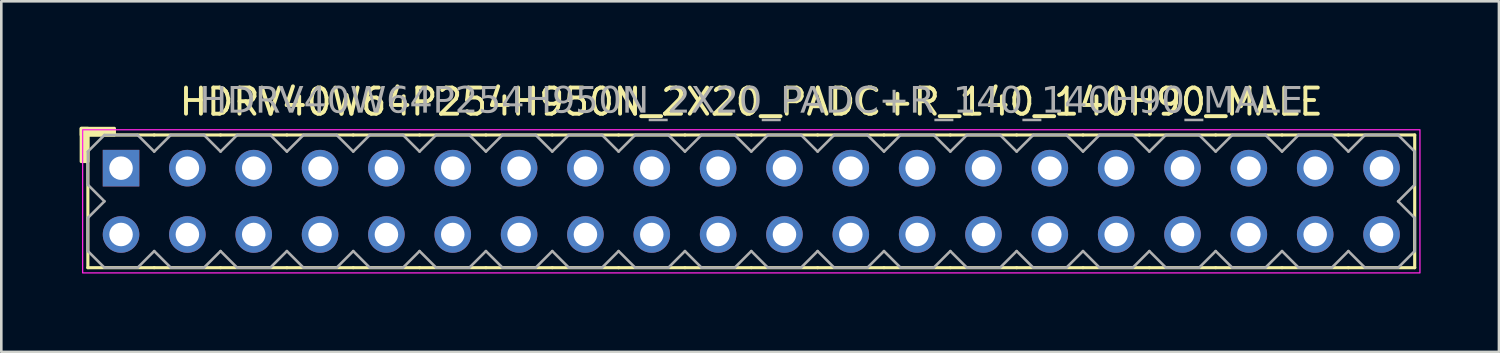
<source format=kicad_pcb>
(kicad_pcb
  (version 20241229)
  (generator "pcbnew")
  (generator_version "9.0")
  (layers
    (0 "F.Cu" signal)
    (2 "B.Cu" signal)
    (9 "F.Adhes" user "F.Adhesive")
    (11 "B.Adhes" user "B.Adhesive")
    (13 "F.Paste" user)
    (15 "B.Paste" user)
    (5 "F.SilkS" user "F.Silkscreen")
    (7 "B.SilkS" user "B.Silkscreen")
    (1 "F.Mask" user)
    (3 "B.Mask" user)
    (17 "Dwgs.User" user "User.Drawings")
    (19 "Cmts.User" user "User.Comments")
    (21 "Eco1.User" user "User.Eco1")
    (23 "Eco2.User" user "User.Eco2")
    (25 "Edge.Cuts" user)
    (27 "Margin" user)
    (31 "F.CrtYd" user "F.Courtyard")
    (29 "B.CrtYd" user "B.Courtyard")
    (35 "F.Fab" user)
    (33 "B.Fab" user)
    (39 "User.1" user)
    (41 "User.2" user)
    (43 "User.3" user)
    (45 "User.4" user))
  (footprint "HDRV40W64P254H950N_2X20_PADC+R_140_140H90_MALE"
    (layer "F.Cu")
    (at 25.714 4.658)
    (property "Reference" "HDRV40W64P254H950N_2X20_PADC+R_140_140H90_MALE" (at 0 -3.81 0) (layer "F.SilkS") (effects (font (size 1 1) (thickness 0.15))))
    (attr through_hole)
    (fp_line (start -25.4 2.54) (end -25.4 -2.54) (stroke (width 0.12) (type solid)) (layer "F.SilkS"))
    (fp_line (start -22.86 -2.54) (end -25.4 -2.54) (stroke (width 0.12) (type solid)) (layer "F.SilkS"))
    (fp_line (start -22.86 2.54) (end -25.4 2.54) (stroke (width 0.12) (type solid)) (layer "F.SilkS"))
    (fp_line (start -20.32 -2.54) (end -22.86 -2.54) (stroke (width 0.12) (type solid)) (layer "F.SilkS"))
    (fp_line (start -20.32 2.54) (end -22.86 2.54) (stroke (width 0.12) (type solid)) (layer "F.SilkS"))
    (fp_line (start -17.78 -2.54) (end -20.32 -2.54) (stroke (width 0.12) (type solid)) (layer "F.SilkS"))
    (fp_line (start -17.78 2.54) (end -20.32 2.54) (stroke (width 0.12) (type solid)) (layer "F.SilkS"))
    (fp_line (start -15.24 -2.54) (end -17.78 -2.54) (stroke (width 0.12) (type solid)) (layer "F.SilkS"))
    (fp_line (start -15.24 2.54) (end -17.78 2.54) (stroke (width 0.12) (type solid)) (layer "F.SilkS"))
    (fp_line (start -12.7 -2.54) (end -15.24 -2.54) (stroke (width 0.12) (type solid)) (layer "F.SilkS"))
    (fp_line (start -12.7 2.54) (end -15.24 2.54) (stroke (width 0.12) (type solid)) (layer "F.SilkS"))
    (fp_line (start -10.16 -2.54) (end -12.7 -2.54) (stroke (width 0.12) (type solid)) (layer "F.SilkS"))
    (fp_line (start -10.16 2.54) (end -12.7 2.54) (stroke (width 0.12) (type solid)) (layer "F.SilkS"))
    (fp_line (start -7.62 -2.54) (end -10.16 -2.54) (stroke (width 0.12) (type solid)) (layer "F.SilkS"))
    (fp_line (start -7.62 2.54) (end -10.16 2.54) (stroke (width 0.12) (type solid)) (layer "F.SilkS"))
    (fp_line (start -5.08 -2.54) (end -7.62 -2.54) (stroke (width 0.12) (type solid)) (layer "F.SilkS"))
    (fp_line (start -5.08 2.54) (end -7.62 2.54) (stroke (width 0.12) (type solid)) (layer "F.SilkS"))
    (fp_line (start -2.54 -2.54) (end -5.08 -2.54) (stroke (width 0.12) (type solid)) (layer "F.SilkS"))
    (fp_line (start -2.54 2.54) (end -5.08 2.54) (stroke (width 0.12) (type solid)) (layer "F.SilkS"))
    (fp_line (start 0 -2.54) (end -2.54 -2.54) (stroke (width 0.12) (type solid)) (layer "F.SilkS"))
    (fp_line (start 0 2.54) (end -2.54 2.54) (stroke (width 0.12) (type solid)) (layer "F.SilkS"))
    (fp_line (start 2.54 -2.54) (end 0 -2.54) (stroke (width 0.12) (type solid)) (layer "F.SilkS"))
    (fp_line (start 2.54 2.54) (end 0 2.54) (stroke (width 0.12) (type solid)) (layer "F.SilkS"))
    (fp_line (start 5.08 -2.54) (end 2.54 -2.54) (stroke (width 0.12) (type solid)) (layer "F.SilkS"))
    (fp_line (start 5.08 2.54) (end 2.54 2.54) (stroke (width 0.12) (type solid)) (layer "F.SilkS"))
    (fp_line (start 7.62 -2.54) (end 5.08 -2.54) (stroke (width 0.12) (type solid)) (layer "F.SilkS"))
    (fp_line (start 7.62 2.54) (end 5.08 2.54) (stroke (width 0.12) (type solid)) (layer "F.SilkS"))
    (fp_line (start 10.16 -2.54) (end 7.62 -2.54) (stroke (width 0.12) (type solid)) (layer "F.SilkS"))
    (fp_line (start 10.16 2.54) (end 7.62 2.54) (stroke (width 0.12) (type solid)) (layer "F.SilkS"))
    (fp_line (start 12.7 -2.54) (end 10.16 -2.54) (stroke (width 0.12) (type solid)) (layer "F.SilkS"))
    (fp_line (start 12.7 2.54) (end 10.16 2.54) (stroke (width 0.12) (type solid)) (layer "F.SilkS"))
    (fp_line (start 15.24 -2.54) (end 12.7 -2.54) (stroke (width 0.12) (type solid)) (layer "F.SilkS"))
    (fp_line (start 15.24 2.54) (end 12.7 2.54) (stroke (width 0.12) (type solid)) (layer "F.SilkS"))
    (fp_line (start 17.78 -2.54) (end 15.24 -2.54) (stroke (width 0.12) (type solid)) (layer "F.SilkS"))
    (fp_line (start 17.78 2.54) (end 15.24 2.54) (stroke (width 0.12) (type solid)) (layer "F.SilkS"))
    (fp_line (start 20.32 -2.54) (end 17.78 -2.54) (stroke (width 0.12) (type solid)) (layer "F.SilkS"))
    (fp_line (start 20.32 2.54) (end 17.78 2.54) (stroke (width 0.12) (type solid)) (layer "F.SilkS"))
    (fp_line (start 22.86 -2.54) (end 20.32 -2.54) (stroke (width 0.12) (type solid)) (layer "F.SilkS"))
    (fp_line (start 22.86 2.54) (end 20.32 2.54) (stroke (width 0.12) (type solid)) (layer "F.SilkS"))
    (fp_line (start 25.4 -2.54) (end 22.86 -2.54) (stroke (width 0.12) (type solid)) (layer "F.SilkS"))
    (fp_line (start 25.4 2.54) (end 22.86 2.54) (stroke (width 0.12) (type solid)) (layer "F.SilkS"))
    (fp_line (start 25.4 2.54) (end 25.4 -2.54) (stroke (width 0.12) (type solid)) (layer "F.SilkS"))
    (fp_rect (start -25.654 -1.524) (end -25.4 -2.794) (stroke (width 0.12) (type solid)) (fill yes) (layer "F.SilkS"))
    (fp_rect (start -24.384 -2.54) (end -25.654 -2.794) (stroke (width 0.12) (type solid)) (fill yes) (layer "F.SilkS"))
    (fp_rect (start -25.6 -2.74) (end 25.6 2.74) (stroke (width 0.05) (type default)) (fill no) (layer "F.CrtYd"))
    (fp_line (start -25.4 -1.905) (end -25.4 -0.635) (stroke (width 0.1) (type solid)) (layer "F.Fab"))
    (fp_line (start -25.4 -1.905) (end -24.765 -2.54) (stroke (width 0.1) (type solid)) (layer "F.Fab"))
    (fp_line (start -25.4 0.635) (end -25.4 1.905) (stroke (width 0.1) (type solid)) (layer "F.Fab"))
    (fp_line (start -24.765 -2.54) (end -23.495 -2.54) (stroke (width 0.1) (type solid)) (layer "F.Fab"))
    (fp_line (start -24.765 0) (end -25.4 -0.635) (stroke (width 0.1) (type solid)) (layer "F.Fab"))
    (fp_line (start -24.765 0) (end -25.4 0.635) (stroke (width 0.1) (type solid)) (layer "F.Fab"))
    (fp_line (start -24.765 2.54) (end -25.4 1.905) (stroke (width 0.1) (type solid)) (layer "F.Fab"))
    (fp_line (start -23.495 -2.54) (end -22.86 -1.905) (stroke (width 0.1) (type solid)) (layer "F.Fab"))
    (fp_line (start -23.495 2.54) (end -24.765 2.54) (stroke (width 0.1) (type solid)) (layer "F.Fab"))
    (fp_line (start -22.86 -1.905) (end -22.225 -2.54) (stroke (width 0.1) (type solid)) (layer "F.Fab"))
    (fp_line (start -22.86 1.905) (end -23.495 2.54) (stroke (width 0.1) (type solid)) (layer "F.Fab"))
    (fp_line (start -22.225 -2.54) (end -20.955 -2.54) (stroke (width 0.1) (type solid)) (layer "F.Fab"))
    (fp_line (start -22.225 2.54) (end -22.86 1.905) (stroke (width 0.1) (type solid)) (layer "F.Fab"))
    (fp_line (start -20.955 -2.54) (end -20.32 -1.905) (stroke (width 0.1) (type solid)) (layer "F.Fab"))
    (fp_line (start -20.955 2.54) (end -22.225 2.54) (stroke (width 0.1) (type solid)) (layer "F.Fab"))
    (fp_line (start -20.32 -1.905) (end -19.685 -2.54) (stroke (width 0.1) (type solid)) (layer "F.Fab"))
    (fp_line (start -20.32 1.905) (end -20.955 2.54) (stroke (width 0.1) (type solid)) (layer "F.Fab"))
    (fp_line (start -19.685 -2.54) (end -18.415 -2.54) (stroke (width 0.1) (type solid)) (layer "F.Fab"))
    (fp_line (start -19.685 2.54) (end -20.32 1.905) (stroke (width 0.1) (type solid)) (layer "F.Fab"))
    (fp_line (start -18.415 -2.54) (end -17.78 -1.905) (stroke (width 0.1) (type solid)) (layer "F.Fab"))
    (fp_line (start -18.415 2.54) (end -19.685 2.54) (stroke (width 0.1) (type solid)) (layer "F.Fab"))
    (fp_line (start -17.78 -1.905) (end -17.145 -2.54) (stroke (width 0.1) (type solid)) (layer "F.Fab"))
    (fp_line (start -17.78 1.905) (end -18.415 2.54) (stroke (width 0.1) (type solid)) (layer "F.Fab"))
    (fp_line (start -17.145 -2.54) (end -15.875 -2.54) (stroke (width 0.1) (type solid)) (layer "F.Fab"))
    (fp_line (start -17.145 2.54) (end -17.78 1.905) (stroke (width 0.1) (type solid)) (layer "F.Fab"))
    (fp_line (start -15.875 -2.54) (end -15.24 -1.905) (stroke (width 0.1) (type solid)) (layer "F.Fab"))
    (fp_line (start -15.875 2.54) (end -17.145 2.54) (stroke (width 0.1) (type solid)) (layer "F.Fab"))
    (fp_line (start -15.24 -1.905) (end -14.605 -2.54) (stroke (width 0.1) (type solid)) (layer "F.Fab"))
    (fp_line (start -15.24 1.905) (end -15.875 2.54) (stroke (width 0.1) (type solid)) (layer "F.Fab"))
    (fp_line (start -14.605 -2.54) (end -13.335 -2.54) (stroke (width 0.1) (type solid)) (layer "F.Fab"))
    (fp_line (start -14.605 2.54) (end -15.24 1.905) (stroke (width 0.1) (type solid)) (layer "F.Fab"))
    (fp_line (start -13.335 -2.54) (end -12.7 -1.905) (stroke (width 0.1) (type solid)) (layer "F.Fab"))
    (fp_line (start -13.335 2.54) (end -14.605 2.54) (stroke (width 0.1) (type solid)) (layer "F.Fab"))
    (fp_line (start -12.7 -1.905) (end -12.065 -2.54) (stroke (width 0.1) (type solid)) (layer "F.Fab"))
    (fp_line (start -12.7 1.905) (end -13.335 2.54) (stroke (width 0.1) (type solid)) (layer "F.Fab"))
    (fp_line (start -12.065 -2.54) (end -10.795 -2.54) (stroke (width 0.1) (type solid)) (layer "F.Fab"))
    (fp_line (start -12.065 2.54) (end -12.7 1.905) (stroke (width 0.1) (type solid)) (layer "F.Fab"))
    (fp_line (start -10.795 -2.54) (end -10.16 -1.905) (stroke (width 0.1) (type solid)) (layer "F.Fab"))
    (fp_line (start -10.795 2.54) (end -12.065 2.54) (stroke (width 0.1) (type solid)) (layer "F.Fab"))
    (fp_line (start -10.16 -1.905) (end -9.525 -2.54) (stroke (width 0.1) (type solid)) (layer "F.Fab"))
    (fp_line (start -10.16 1.905) (end -10.795 2.54) (stroke (width 0.1) (type solid)) (layer "F.Fab"))
    (fp_line (start -9.525 -2.54) (end -8.255 -2.54) (stroke (width 0.1) (type solid)) (layer "F.Fab"))
    (fp_line (start -9.525 2.54) (end -10.16 1.905) (stroke (width 0.1) (type solid)) (layer "F.Fab"))
    (fp_line (start -8.255 -2.54) (end -7.62 -1.905) (stroke (width 0.1) (type solid)) (layer "F.Fab"))
    (fp_line (start -8.255 2.54) (end -9.525 2.54) (stroke (width 0.1) (type solid)) (layer "F.Fab"))
    (fp_line (start -7.62 -1.905) (end -6.985 -2.54) (stroke (width 0.1) (type solid)) (layer "F.Fab"))
    (fp_line (start -7.62 1.905) (end -8.255 2.54) (stroke (width 0.1) (type solid)) (layer "F.Fab"))
    (fp_line (start -6.985 -2.54) (end -5.715 -2.54) (stroke (width 0.1) (type solid)) (layer "F.Fab"))
    (fp_line (start -6.985 2.54) (end -7.62 1.905) (stroke (width 0.1) (type solid)) (layer "F.Fab"))
    (fp_line (start -5.715 -2.54) (end -5.08 -1.905) (stroke (width 0.1) (type solid)) (layer "F.Fab"))
    (fp_line (start -5.715 2.54) (end -6.985 2.54) (stroke (width 0.1) (type solid)) (layer "F.Fab"))
    (fp_line (start -5.08 -1.905) (end -4.445 -2.54) (stroke (width 0.1) (type solid)) (layer "F.Fab"))
    (fp_line (start -5.08 1.905) (end -5.715 2.54) (stroke (width 0.1) (type solid)) (layer "F.Fab"))
    (fp_line (start -4.445 -2.54) (end -3.175 -2.54) (stroke (width 0.1) (type solid)) (layer "F.Fab"))
    (fp_line (start -4.445 2.54) (end -5.08 1.905) (stroke (width 0.1) (type solid)) (layer "F.Fab"))
    (fp_line (start -3.175 -2.54) (end -2.54 -1.905) (stroke (width 0.1) (type solid)) (layer "F.Fab"))
    (fp_line (start -3.175 2.54) (end -4.445 2.54) (stroke (width 0.1) (type solid)) (layer "F.Fab"))
    (fp_line (start -2.54 -1.905) (end -1.905 -2.54) (stroke (width 0.1) (type solid)) (layer "F.Fab"))
    (fp_line (start -2.54 1.905) (end -3.175 2.54) (stroke (width 0.1) (type solid)) (layer "F.Fab"))
    (fp_line (start -1.905 -2.54) (end -0.635 -2.54) (stroke (width 0.1) (type solid)) (layer "F.Fab"))
    (fp_line (start -1.905 2.54) (end -2.54 1.905) (stroke (width 0.1) (type solid)) (layer "F.Fab"))
    (fp_line (start -0.635 -2.54) (end 0 -1.905) (stroke (width 0.1) (type solid)) (layer "F.Fab"))
    (fp_line (start -0.635 2.54) (end -1.905 2.54) (stroke (width 0.1) (type solid)) (layer "F.Fab"))
    (fp_line (start 0 -1.905) (end 0.635 -2.54) (stroke (width 0.1) (type solid)) (layer "F.Fab"))
    (fp_line (start 0 1.905) (end -0.635 2.54) (stroke (width 0.1) (type solid)) (layer "F.Fab"))
    (fp_line (start 0.635 -2.54) (end 1.905 -2.54) (stroke (width 0.1) (type solid)) (layer "F.Fab"))
    (fp_line (start 0.635 2.54) (end 0 1.905) (stroke (width 0.1) (type solid)) (layer "F.Fab"))
    (fp_line (start 1.905 -2.54) (end 2.54 -1.905) (stroke (width 0.1) (type solid)) (layer "F.Fab"))
    (fp_line (start 1.905 2.54) (end 0.635 2.54) (stroke (width 0.1) (type solid)) (layer "F.Fab"))
    (fp_line (start 2.54 -1.905) (end 3.175 -2.54) (stroke (width 0.1) (type solid)) (layer "F.Fab"))
    (fp_line (start 2.54 1.905) (end 1.905 2.54) (stroke (width 0.1) (type solid)) (layer "F.Fab"))
    (fp_line (start 3.175 -2.54) (end 4.445 -2.54) (stroke (width 0.1) (type solid)) (layer "F.Fab"))
    (fp_line (start 3.175 2.54) (end 2.54 1.905) (stroke (width 0.1) (type solid)) (layer "F.Fab"))
    (fp_line (start 4.445 -2.54) (end 5.08 -1.905) (stroke (width 0.1) (type solid)) (layer "F.Fab"))
    (fp_line (start 4.445 2.54) (end 3.175 2.54) (stroke (width 0.1) (type solid)) (layer "F.Fab"))
    (fp_line (start 5.08 -1.905) (end 5.715 -2.54) (stroke (width 0.1) (type solid)) (layer "F.Fab"))
    (fp_line (start 5.08 1.905) (end 4.445 2.54) (stroke (width 0.1) (type solid)) (layer "F.Fab"))
    (fp_line (start 5.715 -2.54) (end 6.985 -2.54) (stroke (width 0.1) (type solid)) (layer "F.Fab"))
    (fp_line (start 5.715 2.54) (end 5.08 1.905) (stroke (width 0.1) (type solid)) (layer "F.Fab"))
    (fp_line (start 6.985 -2.54) (end 7.62 -1.905) (stroke (width 0.1) (type solid)) (layer "F.Fab"))
    (fp_line (start 6.985 2.54) (end 5.715 2.54) (stroke (width 0.1) (type solid)) (layer "F.Fab"))
    (fp_line (start 7.62 -1.905) (end 8.255 -2.54) (stroke (width 0.1) (type solid)) (layer "F.Fab"))
    (fp_line (start 7.62 1.905) (end 6.985 2.54) (stroke (width 0.1) (type solid)) (layer "F.Fab"))
    (fp_line (start 8.255 -2.54) (end 9.525 -2.54) (stroke (width 0.1) (type solid)) (layer "F.Fab"))
    (fp_line (start 8.255 2.54) (end 7.62 1.905) (stroke (width 0.1) (type solid)) (layer "F.Fab"))
    (fp_line (start 9.525 -2.54) (end 10.16 -1.905) (stroke (width 0.1) (type solid)) (layer "F.Fab"))
    (fp_line (start 9.525 2.54) (end 8.255 2.54) (stroke (width 0.1) (type solid)) (layer "F.Fab"))
    (fp_line (start 10.16 -1.905) (end 10.795 -2.54) (stroke (width 0.1) (type solid)) (layer "F.Fab"))
    (fp_line (start 10.16 1.905) (end 9.525 2.54) (stroke (width 0.1) (type solid)) (layer "F.Fab"))
    (fp_line (start 10.795 -2.54) (end 12.065 -2.54) (stroke (width 0.1) (type solid)) (layer "F.Fab"))
    (fp_line (start 10.795 2.54) (end 10.16 1.905) (stroke (width 0.1) (type solid)) (layer "F.Fab"))
    (fp_line (start 12.065 -2.54) (end 12.7 -1.905) (stroke (width 0.1) (type solid)) (layer "F.Fab"))
    (fp_line (start 12.065 2.54) (end 10.795 2.54) (stroke (width 0.1) (type solid)) (layer "F.Fab"))
    (fp_line (start 12.7 -1.905) (end 13.335 -2.54) (stroke (width 0.1) (type solid)) (layer "F.Fab"))
    (fp_line (start 12.7 1.905) (end 12.065 2.54) (stroke (width 0.1) (type solid)) (layer "F.Fab"))
    (fp_line (start 13.335 -2.54) (end 14.605 -2.54) (stroke (width 0.1) (type solid)) (layer "F.Fab"))
    (fp_line (start 13.335 2.54) (end 12.7 1.905) (stroke (width 0.1) (type solid)) (layer "F.Fab"))
    (fp_line (start 14.605 -2.54) (end 15.24 -1.905) (stroke (width 0.1) (type solid)) (layer "F.Fab"))
    (fp_line (start 14.605 2.54) (end 13.335 2.54) (stroke (width 0.1) (type solid)) (layer "F.Fab"))
    (fp_line (start 15.24 -1.905) (end 15.875 -2.54) (stroke (width 0.1) (type solid)) (layer "F.Fab"))
    (fp_line (start 15.24 1.905) (end 14.605 2.54) (stroke (width 0.1) (type solid)) (layer "F.Fab"))
    (fp_line (start 15.875 -2.54) (end 17.145 -2.54) (stroke (width 0.1) (type solid)) (layer "F.Fab"))
    (fp_line (start 15.875 2.54) (end 15.24 1.905) (stroke (width 0.1) (type solid)) (layer "F.Fab"))
    (fp_line (start 17.145 -2.54) (end 17.78 -1.905) (stroke (width 0.1) (type solid)) (layer "F.Fab"))
    (fp_line (start 17.145 2.54) (end 15.875 2.54) (stroke (width 0.1) (type solid)) (layer "F.Fab"))
    (fp_line (start 17.78 -1.905) (end 18.415 -2.54) (stroke (width 0.1) (type solid)) (layer "F.Fab"))
    (fp_line (start 17.78 1.905) (end 17.145 2.54) (stroke (width 0.1) (type solid)) (layer "F.Fab"))
    (fp_line (start 18.415 -2.54) (end 19.685 -2.54) (stroke (width 0.1) (type solid)) (layer "F.Fab"))
    (fp_line (start 18.415 2.54) (end 17.78 1.905) (stroke (width 0.1) (type solid)) (layer "F.Fab"))
    (fp_line (start 19.685 -2.54) (end 20.32 -1.905) (stroke (width 0.1) (type solid)) (layer "F.Fab"))
    (fp_line (start 19.685 2.54) (end 18.415 2.54) (stroke (width 0.1) (type solid)) (layer "F.Fab"))
    (fp_line (start 20.32 -1.905) (end 20.955 -2.54) (stroke (width 0.1) (type solid)) (layer "F.Fab"))
    (fp_line (start 20.32 1.905) (end 19.685 2.54) (stroke (width 0.1) (type solid)) (layer "F.Fab"))
    (fp_line (start 20.955 -2.54) (end 22.225 -2.54) (stroke (width 0.1) (type solid)) (layer "F.Fab"))
    (fp_line (start 20.955 2.54) (end 20.32 1.905) (stroke (width 0.1) (type solid)) (layer "F.Fab"))
    (fp_line (start 22.225 -2.54) (end 22.86 -1.905) (stroke (width 0.1) (type solid)) (layer "F.Fab"))
    (fp_line (start 22.225 2.54) (end 20.955 2.54) (stroke (width 0.1) (type solid)) (layer "F.Fab"))
    (fp_line (start 22.86 -1.905) (end 23.495 -2.54) (stroke (width 0.1) (type solid)) (layer "F.Fab"))
    (fp_line (start 22.86 1.905) (end 22.225 2.54) (stroke (width 0.1) (type solid)) (layer "F.Fab"))
    (fp_line (start 23.495 -2.54) (end 24.765 -2.54) (stroke (width 0.1) (type solid)) (layer "F.Fab"))
    (fp_line (start 23.495 2.54) (end 22.86 1.905) (stroke (width 0.1) (type solid)) (layer "F.Fab"))
    (fp_line (start 24.765 -2.54) (end 25.4 -1.905) (stroke (width 0.1) (type solid)) (layer "F.Fab"))
    (fp_line (start 24.765 0) (end 25.4 0.635) (stroke (width 0.1) (type solid)) (layer "F.Fab"))
    (fp_line (start 24.765 2.54) (end 23.495 2.54) (stroke (width 0.1) (type solid)) (layer "F.Fab"))
    (fp_line (start 25.4 -1.905) (end 25.4 -0.635) (stroke (width 0.1) (type solid)) (layer "F.Fab"))
    (fp_line (start 25.4 -0.635) (end 24.765 0) (stroke (width 0.1) (type solid)) (layer "F.Fab"))
    (fp_line (start 25.4 0.635) (end 25.4 1.905) (stroke (width 0.1) (type solid)) (layer "F.Fab"))
    (fp_line (start 25.4 1.905) (end 24.765 2.54) (stroke (width 0.1) (type solid)) (layer "F.Fab"))
    (fp_rect (start -23.876 -1.524) (end -24.384 -1.016) (stroke (width 0.1) (type solid)) (fill no) (layer "F.Fab"))
    (fp_rect (start -23.876 1.016) (end -24.384 1.524) (stroke (width 0.1) (type solid)) (fill no) (layer "F.Fab"))
    (fp_rect (start -21.336 -1.524) (end -21.844 -1.016) (stroke (width 0.1) (type solid)) (fill no) (layer "F.Fab"))
    (fp_rect (start -21.336 1.016) (end -21.844 1.524) (stroke (width 0.1) (type solid)) (fill no) (layer "F.Fab"))
    (fp_rect (start -18.796 -1.524) (end -19.304 -1.016) (stroke (width 0.1) (type solid)) (fill no) (layer "F.Fab"))
    (fp_rect (start -18.796 1.016) (end -19.304 1.524) (stroke (width 0.1) (type solid)) (fill no) (layer "F.Fab"))
    (fp_rect (start -16.256 -1.524) (end -16.764 -1.016) (stroke (width 0.1) (type solid)) (fill no) (layer "F.Fab"))
    (fp_rect (start -16.256 1.016) (end -16.764 1.524) (stroke (width 0.1) (type solid)) (fill no) (layer "F.Fab"))
    (fp_rect (start -13.716 -1.524) (end -14.224 -1.016) (stroke (width 0.1) (type solid)) (fill no) (layer "F.Fab"))
    (fp_rect (start -13.716 1.016) (end -14.224 1.524) (stroke (width 0.1) (type solid)) (fill no) (layer "F.Fab"))
    (fp_rect (start -11.176 -1.524) (end -11.684 -1.016) (stroke (width 0.1) (type solid)) (fill no) (layer "F.Fab"))
    (fp_rect (start -11.176 1.016) (end -11.684 1.524) (stroke (width 0.1) (type solid)) (fill no) (layer "F.Fab"))
    (fp_rect (start -8.636 -1.524) (end -9.144 -1.016) (stroke (width 0.1) (type solid)) (fill no) (layer "F.Fab"))
    (fp_rect (start -8.636 1.016) (end -9.144 1.524) (stroke (width 0.1) (type solid)) (fill no) (layer "F.Fab"))
    (fp_rect (start -6.096 -1.524) (end -6.604 -1.016) (stroke (width 0.1) (type solid)) (fill no) (layer "F.Fab"))
    (fp_rect (start -6.096 1.016) (end -6.604 1.524) (stroke (width 0.1) (type solid)) (fill no) (layer "F.Fab"))
    (fp_rect (start -3.556 -1.524) (end -4.064 -1.016) (stroke (width 0.1) (type solid)) (fill no) (layer "F.Fab"))
    (fp_rect (start -3.556 1.016) (end -4.064 1.524) (stroke (width 0.1) (type solid)) (fill no) (layer "F.Fab"))
    (fp_rect (start -1.016 -1.524) (end -1.524 -1.016) (stroke (width 0.1) (type solid)) (fill no) (layer "F.Fab"))
    (fp_rect (start -1.016 1.016) (end -1.524 1.524) (stroke (width 0.1) (type solid)) (fill no) (layer "F.Fab"))
    (fp_rect (start 1.524 -1.524) (end 1.016 -1.016) (stroke (width 0.1) (type solid)) (fill no) (layer "F.Fab"))
    (fp_rect (start 1.524 1.016) (end 1.016 1.524) (stroke (width 0.1) (type solid)) (fill no) (layer "F.Fab"))
    (fp_rect (start 4.064 -1.524) (end 3.556 -1.016) (stroke (width 0.1) (type solid)) (fill no) (layer "F.Fab"))
    (fp_rect (start 4.064 1.016) (end 3.556 1.524) (stroke (width 0.1) (type solid)) (fill no) (layer "F.Fab"))
    (fp_rect (start 6.604 -1.524) (end 6.096 -1.016) (stroke (width 0.1) (type solid)) (fill no) (layer "F.Fab"))
    (fp_rect (start 6.604 1.016) (end 6.096 1.524) (stroke (width 0.1) (type solid)) (fill no) (layer "F.Fab"))
    (fp_rect (start 9.144 -1.524) (end 8.636 -1.016) (stroke (width 0.1) (type solid)) (fill no) (layer "F.Fab"))
    (fp_rect (start 9.144 1.016) (end 8.636 1.524) (stroke (width 0.1) (type solid)) (fill no) (layer "F.Fab"))
    (fp_rect (start 11.684 -1.524) (end 11.176 -1.016) (stroke (width 0.1) (type solid)) (fill no) (layer "F.Fab"))
    (fp_rect (start 11.684 1.016) (end 11.176 1.524) (stroke (width 0.1) (type solid)) (fill no) (layer "F.Fab"))
    (fp_rect (start 14.224 -1.524) (end 13.716 -1.016) (stroke (width 0.1) (type solid)) (fill no) (layer "F.Fab"))
    (fp_rect (start 14.224 1.016) (end 13.716 1.524) (stroke (width 0.1) (type solid)) (fill no) (layer "F.Fab"))
    (fp_rect (start 16.764 -1.524) (end 16.256 -1.016) (stroke (width 0.1) (type solid)) (fill no) (layer "F.Fab"))
    (fp_rect (start 16.764 1.016) (end 16.256 1.524) (stroke (width 0.1) (type solid)) (fill no) (layer "F.Fab"))
    (fp_rect (start 19.304 -1.524) (end 18.796 -1.016) (stroke (width 0.1) (type solid)) (fill no) (layer "F.Fab"))
    (fp_rect (start 19.304 1.016) (end 18.796 1.524) (stroke (width 0.1) (type solid)) (fill no) (layer "F.Fab"))
    (fp_rect (start 21.844 -1.524) (end 21.336 -1.016) (stroke (width 0.1) (type solid)) (fill no) (layer "F.Fab"))
    (fp_rect (start 21.844 1.016) (end 21.336 1.524) (stroke (width 0.1) (type solid)) (fill no) (layer "F.Fab"))
    (fp_rect (start 24.384 -1.524) (end 23.876 -1.016) (stroke (width 0.1) (type solid)) (fill no) (layer "F.Fab"))
    (fp_rect (start 24.384 1.016) (end 23.876 1.524) (stroke (width 0.1) (type solid)) (fill no) (layer "F.Fab"))
    (fp_text user "${REFERENCE}" (at 0 -3.81 0) (layer "F.Fab") (effects (font (face "Tahoma") (size 1 1) (thickness 0.15))))
    (pad "1" thru_hole rect (at -24.13 -1.27) (size 1.4 1.4) (drill 0.9) (layers "*.Cu" "*.Mask"))
    (pad "2" thru_hole circle (at -24.13 1.27) (size 1.4 1.4) (drill 0.9) (layers "*.Cu" "*.Mask"))
    (pad "3" thru_hole circle (at -21.59 -1.27) (size 1.4 1.4) (drill 0.9) (layers "*.Cu" "*.Mask"))
    (pad "4" thru_hole circle (at -21.59 1.27) (size 1.4 1.4) (drill 0.9) (layers "*.Cu" "*.Mask"))
    (pad "5" thru_hole circle (at -19.05 -1.27) (size 1.4 1.4) (drill 0.9) (layers "*.Cu" "*.Mask"))
    (pad "6" thru_hole circle (at -19.05 1.27) (size 1.4 1.4) (drill 0.9) (layers "*.Cu" "*.Mask"))
    (pad "7" thru_hole circle (at -16.51 -1.27) (size 1.4 1.4) (drill 0.9) (layers "*.Cu" "*.Mask"))
    (pad "8" thru_hole circle (at -16.51 1.27) (size 1.4 1.4) (drill 0.9) (layers "*.Cu" "*.Mask"))
    (pad "9" thru_hole circle (at -13.97 -1.27) (size 1.4 1.4) (drill 0.9) (layers "*.Cu" "*.Mask"))
    (pad "10" thru_hole circle (at -13.97 1.27) (size 1.4 1.4) (drill 0.9) (layers "*.Cu" "*.Mask"))
    (pad "11" thru_hole circle (at -11.43 -1.27) (size 1.4 1.4) (drill 0.9) (layers "*.Cu" "*.Mask"))
    (pad "12" thru_hole circle (at -11.43 1.27) (size 1.4 1.4) (drill 0.9) (layers "*.Cu" "*.Mask"))
    (pad "13" thru_hole circle (at -8.89 -1.27) (size 1.4 1.4) (drill 0.9) (layers "*.Cu" "*.Mask"))
    (pad "14" thru_hole circle (at -8.89 1.27) (size 1.4 1.4) (drill 0.9) (layers "*.Cu" "*.Mask"))
    (pad "15" thru_hole circle (at -6.35 -1.27) (size 1.4 1.4) (drill 0.9) (layers "*.Cu" "*.Mask"))
    (pad "16" thru_hole circle (at -6.35 1.27) (size 1.4 1.4) (drill 0.9) (layers "*.Cu" "*.Mask"))
    (pad "17" thru_hole circle (at -3.81 -1.27) (size 1.4 1.4) (drill 0.9) (layers "*.Cu" "*.Mask"))
    (pad "18" thru_hole circle (at -3.81 1.27) (size 1.4 1.4) (drill 0.9) (layers "*.Cu" "*.Mask"))
    (pad "19" thru_hole circle (at -1.27 -1.27) (size 1.4 1.4) (drill 0.9) (layers "*.Cu" "*.Mask"))
    (pad "20" thru_hole circle (at -1.27 1.27) (size 1.4 1.4) (drill 0.9) (layers "*.Cu" "*.Mask"))
    (pad "21" thru_hole circle (at 1.27 -1.27) (size 1.4 1.4) (drill 0.9) (layers "*.Cu" "*.Mask"))
    (pad "22" thru_hole circle (at 1.27 1.27) (size 1.4 1.4) (drill 0.9) (layers "*.Cu" "*.Mask"))
    (pad "23" thru_hole circle (at 3.81 -1.27) (size 1.4 1.4) (drill 0.9) (layers "*.Cu" "*.Mask"))
    (pad "24" thru_hole circle (at 3.81 1.27) (size 1.4 1.4) (drill 0.9) (layers "*.Cu" "*.Mask"))
    (pad "25" thru_hole circle (at 6.35 -1.27) (size 1.4 1.4) (drill 0.9) (layers "*.Cu" "*.Mask"))
    (pad "26" thru_hole circle (at 6.35 1.27) (size 1.4 1.4) (drill 0.9) (layers "*.Cu" "*.Mask"))
    (pad "27" thru_hole circle (at 8.89 -1.27) (size 1.4 1.4) (drill 0.9) (layers "*.Cu" "*.Mask"))
    (pad "28" thru_hole circle (at 8.89 1.27) (size 1.4 1.4) (drill 0.9) (layers "*.Cu" "*.Mask"))
    (pad "29" thru_hole circle (at 11.43 -1.27) (size 1.4 1.4) (drill 0.9) (layers "*.Cu" "*.Mask"))
    (pad "30" thru_hole circle (at 11.43 1.27) (size 1.4 1.4) (drill 0.9) (layers "*.Cu" "*.Mask"))
    (pad "31" thru_hole circle (at 13.97 -1.27) (size 1.4 1.4) (drill 0.9) (layers "*.Cu" "*.Mask"))
    (pad "32" thru_hole circle (at 13.97 1.27) (size 1.4 1.4) (drill 0.9) (layers "*.Cu" "*.Mask"))
    (pad "33" thru_hole circle (at 16.51 -1.27) (size 1.4 1.4) (drill 0.9) (layers "*.Cu" "*.Mask"))
    (pad "34" thru_hole circle (at 16.51 1.27) (size 1.4 1.4) (drill 0.9) (layers "*.Cu" "*.Mask"))
    (pad "35" thru_hole circle (at 19.05 -1.27) (size 1.4 1.4) (drill 0.9) (layers "*.Cu" "*.Mask"))
    (pad "36" thru_hole circle (at 19.05 1.27) (size 1.4 1.4) (drill 0.9) (layers "*.Cu" "*.Mask"))
    (pad "37" thru_hole circle (at 21.59 -1.27) (size 1.4 1.4) (drill 0.9) (layers "*.Cu" "*.Mask"))
    (pad "38" thru_hole circle (at 21.59 1.27) (size 1.4 1.4) (drill 0.9) (layers "*.Cu" "*.Mask"))
    (pad "39" thru_hole circle (at 24.13 -1.27) (size 1.4 1.4) (drill 0.9) (layers "*.Cu" "*.Mask"))
    (pad "40" thru_hole circle (at 24.13 1.27) (size 1.4 1.4) (drill 0.9) (layers "*.Cu" "*.Mask")))
  (gr_rect
    (start -3 -3)
    (end 54.339 10.423)
    (stroke (width 0.1) (type default))
    (fill no)
    (layer "Edge.Cuts")))
</source>
